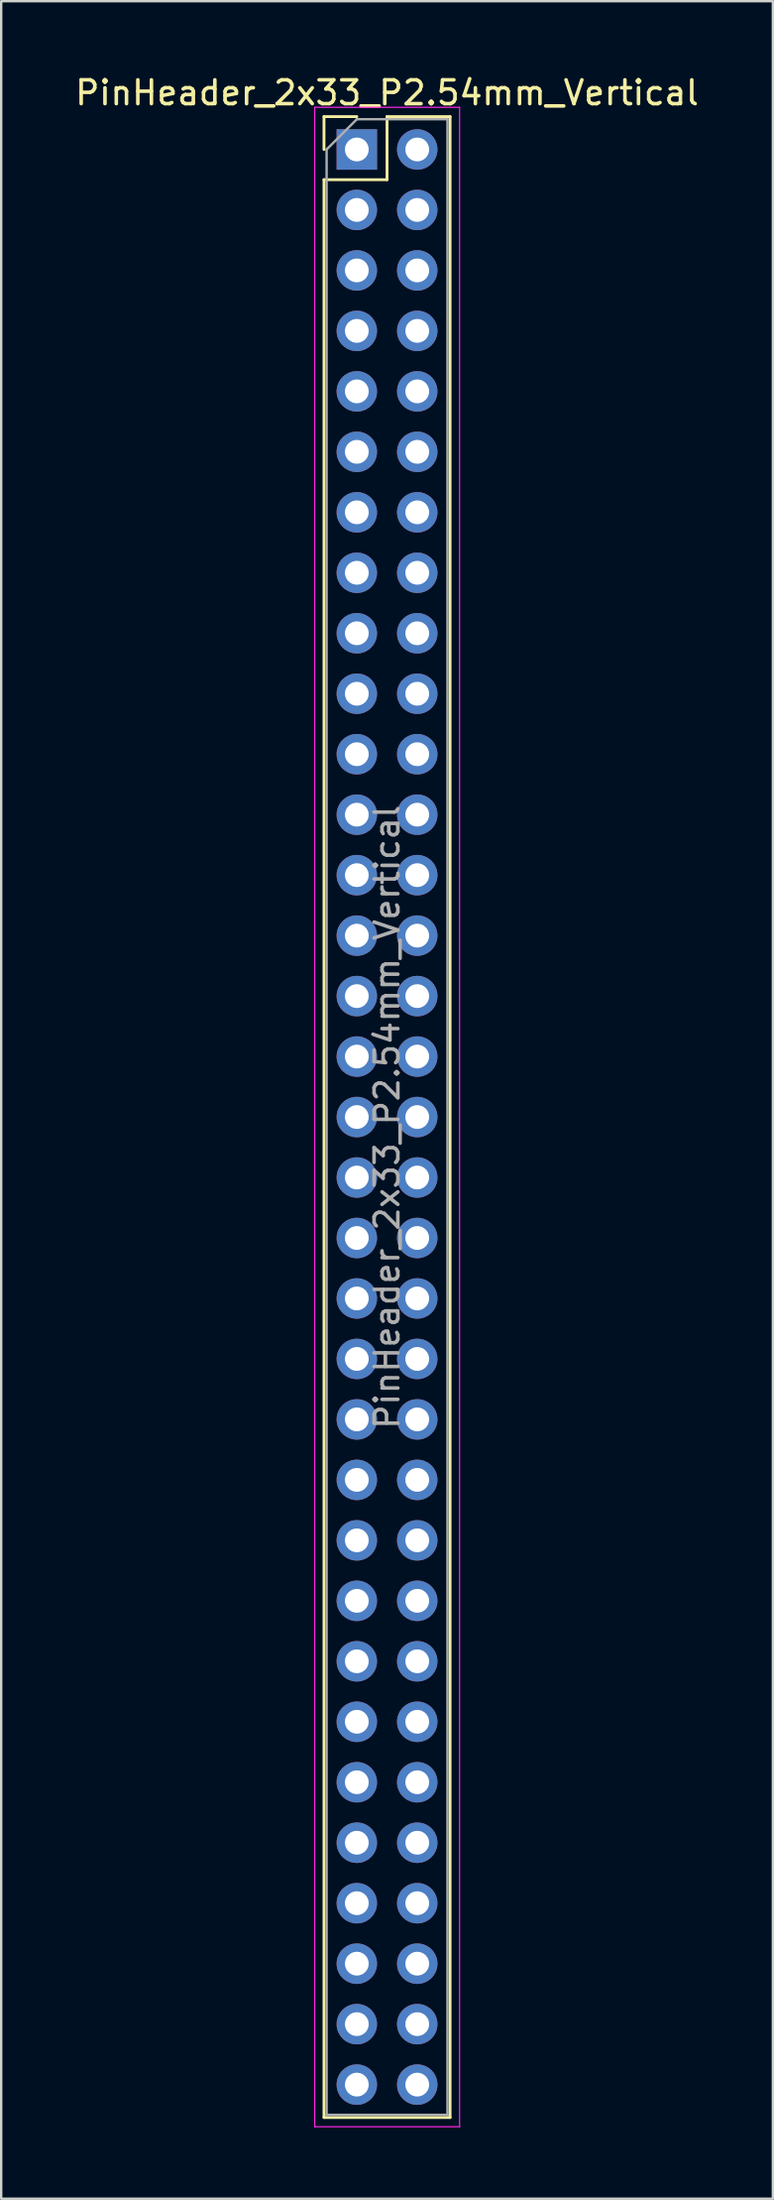
<source format=kicad_pcb>
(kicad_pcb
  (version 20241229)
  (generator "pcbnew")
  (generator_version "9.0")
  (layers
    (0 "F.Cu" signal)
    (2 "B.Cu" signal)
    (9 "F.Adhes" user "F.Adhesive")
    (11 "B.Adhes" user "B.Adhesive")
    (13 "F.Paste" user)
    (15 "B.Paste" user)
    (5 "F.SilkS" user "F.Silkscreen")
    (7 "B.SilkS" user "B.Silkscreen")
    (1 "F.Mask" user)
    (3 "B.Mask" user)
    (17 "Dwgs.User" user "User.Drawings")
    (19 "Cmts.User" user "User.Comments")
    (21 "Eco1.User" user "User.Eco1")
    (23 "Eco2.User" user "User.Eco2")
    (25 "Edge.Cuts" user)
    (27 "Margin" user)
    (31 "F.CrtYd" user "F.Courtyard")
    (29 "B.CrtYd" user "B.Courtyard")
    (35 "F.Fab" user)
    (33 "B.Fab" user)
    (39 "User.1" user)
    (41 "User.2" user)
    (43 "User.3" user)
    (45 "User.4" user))
  (footprint "PinHeader_2x33_P2.54mm_Vertical"
    (layer "F.Cu")
    (at 11.95 3.228)
    (property "Reference" "PinHeader_2x33_P2.54mm_Vertical" (at 1.27 -2.38 0) (layer "F.SilkS") (effects (font (size 1 1) (thickness 0.15))))
    (attr through_hole)
    (fp_line (start -1.38 -1.38) (end 0 -1.38) (stroke (width 0.12) (type solid)) (layer "F.SilkS"))
    (fp_line (start -1.38 0) (end -1.38 -1.38) (stroke (width 0.12) (type solid)) (layer "F.SilkS"))
    (fp_line (start -1.38 1.27) (end -1.38 82.66) (stroke (width 0.12) (type solid)) (layer "F.SilkS"))
    (fp_line (start -1.38 1.27) (end 1.27 1.27) (stroke (width 0.12) (type solid)) (layer "F.SilkS"))
    (fp_line (start -1.38 82.66) (end 3.92 82.66) (stroke (width 0.12) (type solid)) (layer "F.SilkS"))
    (fp_line (start 1.27 -1.38) (end 3.92 -1.38) (stroke (width 0.12) (type solid)) (layer "F.SilkS"))
    (fp_line (start 1.27 1.27) (end 1.27 -1.38) (stroke (width 0.12) (type solid)) (layer "F.SilkS"))
    (fp_line (start 3.92 -1.38) (end 3.92 82.66) (stroke (width 0.12) (type solid)) (layer "F.SilkS"))
    (fp_line (start -1.77 -1.77) (end -1.77 83.05) (stroke (width 0.05) (type solid)) (layer "F.CrtYd"))
    (fp_line (start -1.77 83.05) (end 4.32 83.05) (stroke (width 0.05) (type solid)) (layer "F.CrtYd"))
    (fp_line (start 4.32 -1.77) (end -1.77 -1.77) (stroke (width 0.05) (type solid)) (layer "F.CrtYd"))
    (fp_line (start 4.32 83.05) (end 4.32 -1.77) (stroke (width 0.05) (type solid)) (layer "F.CrtYd"))
    (fp_line (start -1.27 0) (end 0 -1.27) (stroke (width 0.1) (type solid)) (layer "F.Fab"))
    (fp_line (start -1.27 82.55) (end -1.27 0) (stroke (width 0.1) (type solid)) (layer "F.Fab"))
    (fp_line (start 0 -1.27) (end 3.81 -1.27) (stroke (width 0.1) (type solid)) (layer "F.Fab"))
    (fp_line (start 3.81 -1.27) (end 3.81 82.55) (stroke (width 0.1) (type solid)) (layer "F.Fab"))
    (fp_line (start 3.81 82.55) (end -1.27 82.55) (stroke (width 0.1) (type solid)) (layer "F.Fab"))
    (fp_text user "${REFERENCE}" (at 1.27 40.64 90) (layer "F.Fab") (effects (font (size 1 1) (thickness 0.15))))
    (pad "1" thru_hole rect (at 0 0) (size 1.7 1.7) (drill 1) (layers "*.Cu" "*.Mask"))
    (pad "2" thru_hole circle (at 2.54 0) (size 1.7 1.7) (drill 1) (layers "*.Cu" "*.Mask"))
    (pad "3" thru_hole circle (at 0 2.54) (size 1.7 1.7) (drill 1) (layers "*.Cu" "*.Mask"))
    (pad "4" thru_hole circle (at 2.54 2.54) (size 1.7 1.7) (drill 1) (layers "*.Cu" "*.Mask"))
    (pad "5" thru_hole circle (at 0 5.08) (size 1.7 1.7) (drill 1) (layers "*.Cu" "*.Mask"))
    (pad "6" thru_hole circle (at 2.54 5.08) (size 1.7 1.7) (drill 1) (layers "*.Cu" "*.Mask"))
    (pad "7" thru_hole circle (at 0 7.62) (size 1.7 1.7) (drill 1) (layers "*.Cu" "*.Mask"))
    (pad "8" thru_hole circle (at 2.54 7.62) (size 1.7 1.7) (drill 1) (layers "*.Cu" "*.Mask"))
    (pad "9" thru_hole circle (at 0 10.16) (size 1.7 1.7) (drill 1) (layers "*.Cu" "*.Mask"))
    (pad "10" thru_hole circle (at 2.54 10.16) (size 1.7 1.7) (drill 1) (layers "*.Cu" "*.Mask"))
    (pad "11" thru_hole circle (at 0 12.7) (size 1.7 1.7) (drill 1) (layers "*.Cu" "*.Mask"))
    (pad "12" thru_hole circle (at 2.54 12.7) (size 1.7 1.7) (drill 1) (layers "*.Cu" "*.Mask"))
    (pad "13" thru_hole circle (at 0 15.24) (size 1.7 1.7) (drill 1) (layers "*.Cu" "*.Mask"))
    (pad "14" thru_hole circle (at 2.54 15.24) (size 1.7 1.7) (drill 1) (layers "*.Cu" "*.Mask"))
    (pad "15" thru_hole circle (at 0 17.78) (size 1.7 1.7) (drill 1) (layers "*.Cu" "*.Mask"))
    (pad "16" thru_hole circle (at 2.54 17.78) (size 1.7 1.7) (drill 1) (layers "*.Cu" "*.Mask"))
    (pad "17" thru_hole circle (at 0 20.32) (size 1.7 1.7) (drill 1) (layers "*.Cu" "*.Mask"))
    (pad "18" thru_hole circle (at 2.54 20.32) (size 1.7 1.7) (drill 1) (layers "*.Cu" "*.Mask"))
    (pad "19" thru_hole circle (at 0 22.86) (size 1.7 1.7) (drill 1) (layers "*.Cu" "*.Mask"))
    (pad "20" thru_hole circle (at 2.54 22.86) (size 1.7 1.7) (drill 1) (layers "*.Cu" "*.Mask"))
    (pad "21" thru_hole circle (at 0 25.4) (size 1.7 1.7) (drill 1) (layers "*.Cu" "*.Mask"))
    (pad "22" thru_hole circle (at 2.54 25.4) (size 1.7 1.7) (drill 1) (layers "*.Cu" "*.Mask"))
    (pad "23" thru_hole circle (at 0 27.94) (size 1.7 1.7) (drill 1) (layers "*.Cu" "*.Mask"))
    (pad "24" thru_hole circle (at 2.54 27.94) (size 1.7 1.7) (drill 1) (layers "*.Cu" "*.Mask"))
    (pad "25" thru_hole circle (at 0 30.48) (size 1.7 1.7) (drill 1) (layers "*.Cu" "*.Mask"))
    (pad "26" thru_hole circle (at 2.54 30.48) (size 1.7 1.7) (drill 1) (layers "*.Cu" "*.Mask"))
    (pad "27" thru_hole circle (at 0 33.02) (size 1.7 1.7) (drill 1) (layers "*.Cu" "*.Mask"))
    (pad "28" thru_hole circle (at 2.54 33.02) (size 1.7 1.7) (drill 1) (layers "*.Cu" "*.Mask"))
    (pad "29" thru_hole circle (at 0 35.56) (size 1.7 1.7) (drill 1) (layers "*.Cu" "*.Mask"))
    (pad "30" thru_hole circle (at 2.54 35.56) (size 1.7 1.7) (drill 1) (layers "*.Cu" "*.Mask"))
    (pad "31" thru_hole circle (at 0 38.1) (size 1.7 1.7) (drill 1) (layers "*.Cu" "*.Mask"))
    (pad "32" thru_hole circle (at 2.54 38.1) (size 1.7 1.7) (drill 1) (layers "*.Cu" "*.Mask"))
    (pad "33" thru_hole circle (at 0 40.64) (size 1.7 1.7) (drill 1) (layers "*.Cu" "*.Mask"))
    (pad "34" thru_hole circle (at 2.54 40.64) (size 1.7 1.7) (drill 1) (layers "*.Cu" "*.Mask"))
    (pad "35" thru_hole circle (at 0 43.18) (size 1.7 1.7) (drill 1) (layers "*.Cu" "*.Mask"))
    (pad "36" thru_hole circle (at 2.54 43.18) (size 1.7 1.7) (drill 1) (layers "*.Cu" "*.Mask"))
    (pad "37" thru_hole circle (at 0 45.72) (size 1.7 1.7) (drill 1) (layers "*.Cu" "*.Mask"))
    (pad "38" thru_hole circle (at 2.54 45.72) (size 1.7 1.7) (drill 1) (layers "*.Cu" "*.Mask"))
    (pad "39" thru_hole circle (at 0 48.26) (size 1.7 1.7) (drill 1) (layers "*.Cu" "*.Mask"))
    (pad "40" thru_hole circle (at 2.54 48.26) (size 1.7 1.7) (drill 1) (layers "*.Cu" "*.Mask"))
    (pad "41" thru_hole circle (at 0 50.8) (size 1.7 1.7) (drill 1) (layers "*.Cu" "*.Mask"))
    (pad "42" thru_hole circle (at 2.54 50.8) (size 1.7 1.7) (drill 1) (layers "*.Cu" "*.Mask"))
    (pad "43" thru_hole circle (at 0 53.34) (size 1.7 1.7) (drill 1) (layers "*.Cu" "*.Mask"))
    (pad "44" thru_hole circle (at 2.54 53.34) (size 1.7 1.7) (drill 1) (layers "*.Cu" "*.Mask"))
    (pad "45" thru_hole circle (at 0 55.88) (size 1.7 1.7) (drill 1) (layers "*.Cu" "*.Mask"))
    (pad "46" thru_hole circle (at 2.54 55.88) (size 1.7 1.7) (drill 1) (layers "*.Cu" "*.Mask"))
    (pad "47" thru_hole circle (at 0 58.42) (size 1.7 1.7) (drill 1) (layers "*.Cu" "*.Mask"))
    (pad "48" thru_hole circle (at 2.54 58.42) (size 1.7 1.7) (drill 1) (layers "*.Cu" "*.Mask"))
    (pad "49" thru_hole circle (at 0 60.96) (size 1.7 1.7) (drill 1) (layers "*.Cu" "*.Mask"))
    (pad "50" thru_hole circle (at 2.54 60.96) (size 1.7 1.7) (drill 1) (layers "*.Cu" "*.Mask"))
    (pad "51" thru_hole circle (at 0 63.5) (size 1.7 1.7) (drill 1) (layers "*.Cu" "*.Mask"))
    (pad "52" thru_hole circle (at 2.54 63.5) (size 1.7 1.7) (drill 1) (layers "*.Cu" "*.Mask"))
    (pad "53" thru_hole circle (at 0 66.04) (size 1.7 1.7) (drill 1) (layers "*.Cu" "*.Mask"))
    (pad "54" thru_hole circle (at 2.54 66.04) (size 1.7 1.7) (drill 1) (layers "*.Cu" "*.Mask"))
    (pad "55" thru_hole circle (at 0 68.58) (size 1.7 1.7) (drill 1) (layers "*.Cu" "*.Mask"))
    (pad "56" thru_hole circle (at 2.54 68.58) (size 1.7 1.7) (drill 1) (layers "*.Cu" "*.Mask"))
    (pad "57" thru_hole circle (at 0 71.12) (size 1.7 1.7) (drill 1) (layers "*.Cu" "*.Mask"))
    (pad "58" thru_hole circle (at 2.54 71.12) (size 1.7 1.7) (drill 1) (layers "*.Cu" "*.Mask"))
    (pad "59" thru_hole circle (at 0 73.66) (size 1.7 1.7) (drill 1) (layers "*.Cu" "*.Mask"))
    (pad "60" thru_hole circle (at 2.54 73.66) (size 1.7 1.7) (drill 1) (layers "*.Cu" "*.Mask"))
    (pad "61" thru_hole circle (at 0 76.2) (size 1.7 1.7) (drill 1) (layers "*.Cu" "*.Mask"))
    (pad "62" thru_hole circle (at 2.54 76.2) (size 1.7 1.7) (drill 1) (layers "*.Cu" "*.Mask"))
    (pad "63" thru_hole circle (at 0 78.74) (size 1.7 1.7) (drill 1) (layers "*.Cu" "*.Mask"))
    (pad "64" thru_hole circle (at 2.54 78.74) (size 1.7 1.7) (drill 1) (layers "*.Cu" "*.Mask"))
    (pad "65" thru_hole circle (at 0 81.28) (size 1.7 1.7) (drill 1) (layers "*.Cu" "*.Mask"))
    (pad "66" thru_hole circle (at 2.54 81.28) (size 1.7 1.7) (drill 1) (layers "*.Cu" "*.Mask")))
  (gr_rect
    (start -3 -3)
    (end 29.44 89.303)
    (stroke (width 0.1) (type default))
    (fill no)
    (layer "Edge.Cuts")))
</source>
